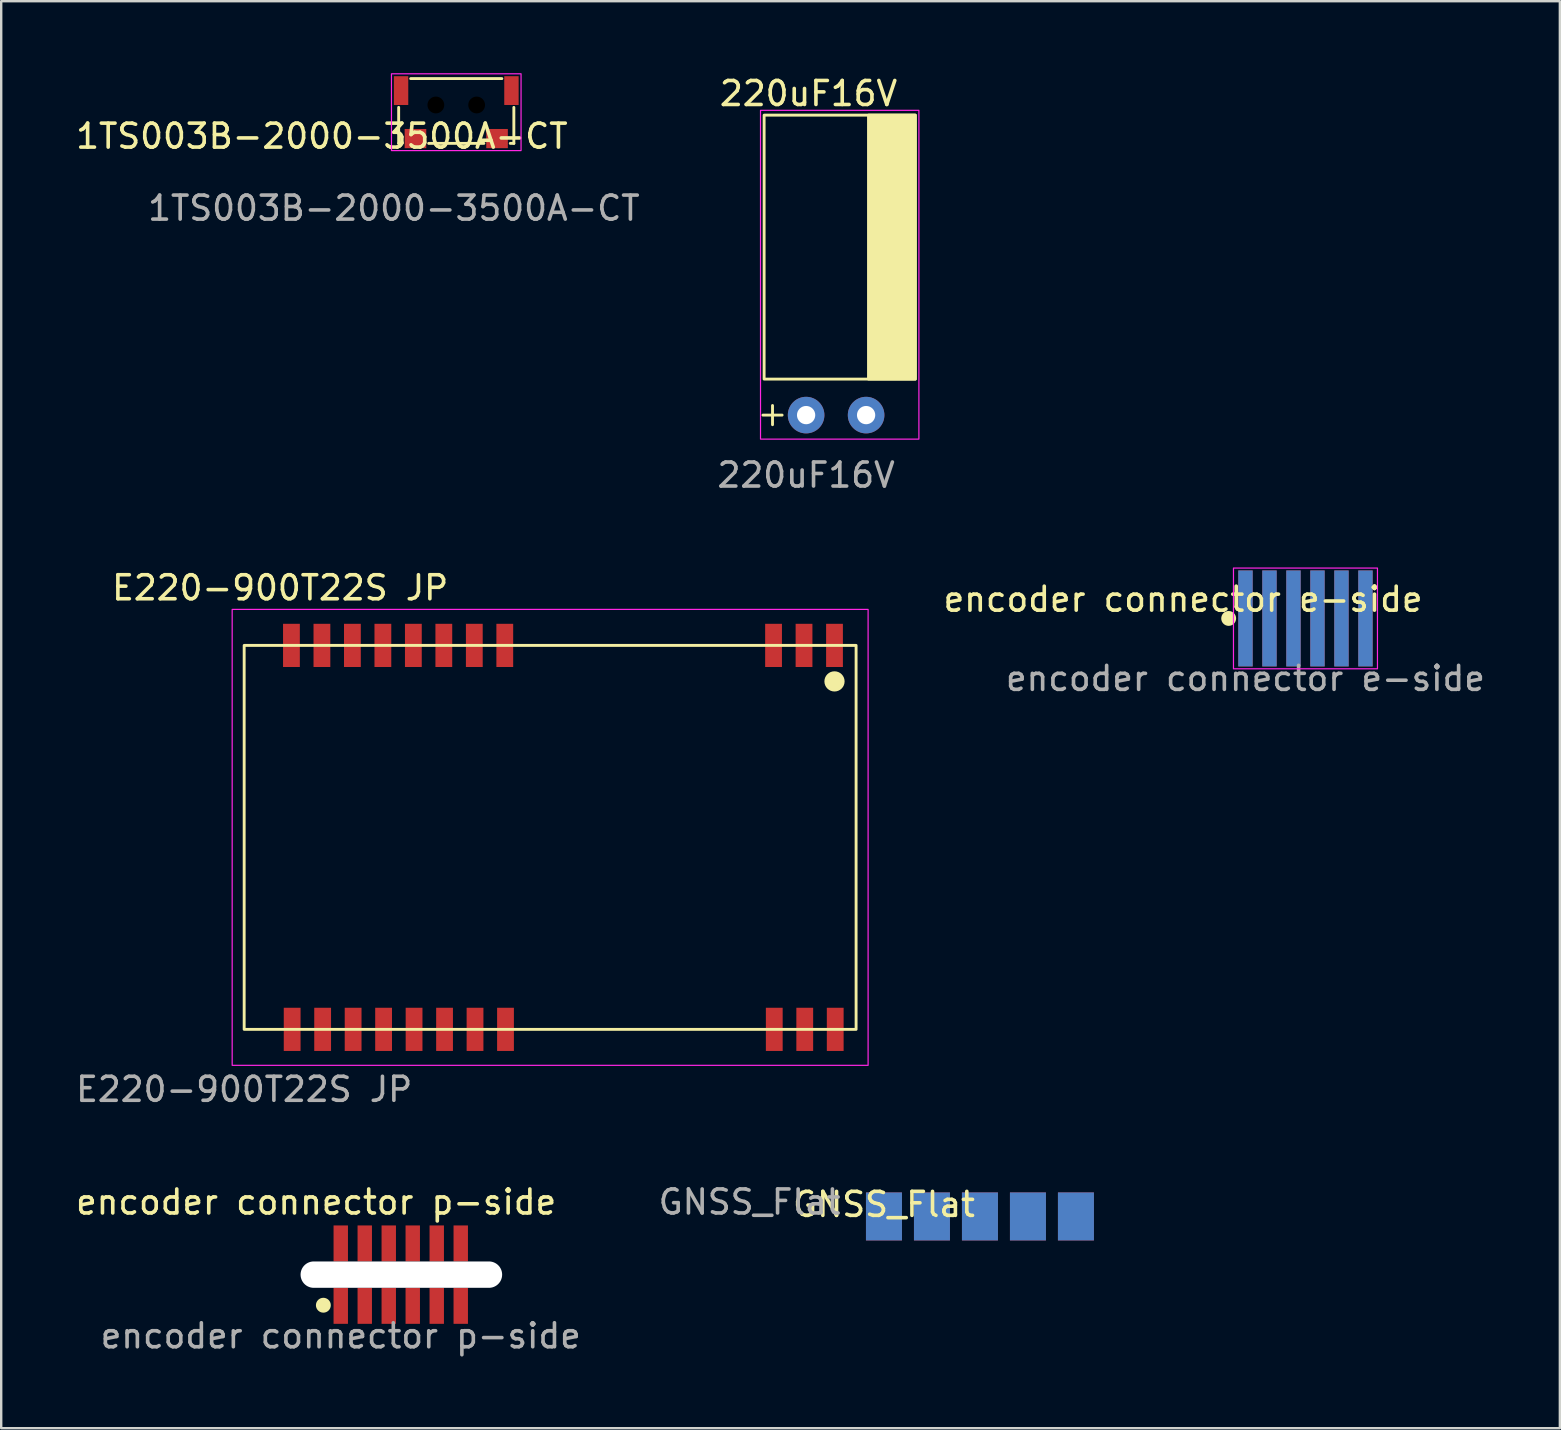
<source format=kicad_pcb>
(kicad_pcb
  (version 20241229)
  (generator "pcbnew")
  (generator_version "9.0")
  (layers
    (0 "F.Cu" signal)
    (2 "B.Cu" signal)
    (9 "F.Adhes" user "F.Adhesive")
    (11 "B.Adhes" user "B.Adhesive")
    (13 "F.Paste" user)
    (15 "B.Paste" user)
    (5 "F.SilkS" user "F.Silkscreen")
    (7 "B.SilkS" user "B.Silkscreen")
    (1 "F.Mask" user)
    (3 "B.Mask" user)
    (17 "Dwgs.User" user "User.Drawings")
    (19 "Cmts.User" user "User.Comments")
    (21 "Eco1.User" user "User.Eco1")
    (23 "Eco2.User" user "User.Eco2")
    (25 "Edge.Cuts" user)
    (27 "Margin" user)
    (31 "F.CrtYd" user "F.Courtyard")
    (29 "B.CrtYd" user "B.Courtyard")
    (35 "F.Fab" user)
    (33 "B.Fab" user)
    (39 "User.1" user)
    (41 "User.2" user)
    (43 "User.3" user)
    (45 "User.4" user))
  (footprint "E220-900T22S JP"
    (layer "F.Cu")
    (at 7.125 39.845)
    (property "Reference" "E220-900T22S JP" (at 1.5 -18.4 0) (unlocked yes) (layer "F.SilkS") (effects (font (size 1 1) (thickness 0.15))))
    (attr smd)
    (fp_rect (start 0 0) (end 25.5 -16) (stroke (width 0.12) (type solid)) (fill no) (layer "F.SilkS"))
    (fp_circle (center 24.6 -14.5) (end 24.961 -14.5) (stroke (width 0.12) (type solid)) (fill yes) (layer "F.SilkS"))
    (fp_rect (start -0.5 1.5) (end 26 -17.5) (stroke (width 0.05) (type solid)) (fill no) (layer "F.CrtYd"))
    (fp_text user "${REFERENCE}" (at 0 2.5 0) (unlocked yes) (layer "F.Fab") (effects (font (size 1 1) (thickness 0.15))))
    (pad "1" smd rect (at 24.6 -16) (size 0.7 1.8) (layers "F.Cu" "F.Mask" "F.Paste"))
    (pad "2" smd rect (at 23.33 -16) (size 0.7 1.8) (layers "F.Cu" "F.Mask" "F.Paste"))
    (pad "3" smd rect (at 22.06 -16) (size 0.7 1.8) (layers "F.Cu" "F.Mask" "F.Paste"))
    (pad "4" smd rect (at 10.86 -16) (size 0.7 1.8) (layers "F.Cu" "F.Mask" "F.Paste"))
    (pad "5" smd rect (at 9.59 -16) (size 0.7 1.8) (layers "F.Cu" "F.Mask" "F.Paste"))
    (pad "6" smd rect (at 8.32 -16) (size 0.7 1.8) (layers "F.Cu" "F.Mask" "F.Paste"))
    (pad "7" smd rect (at 7.05 -16) (size 0.7 1.8) (layers "F.Cu" "F.Mask" "F.Paste"))
    (pad "8" smd rect (at 5.78 -16) (size 0.7 1.8) (layers "F.Cu" "F.Mask" "F.Paste"))
    (pad "9" smd rect (at 4.51 -16) (size 0.7 1.8) (layers "F.Cu" "F.Mask" "F.Paste"))
    (pad "10" smd rect (at 3.24 -16) (size 0.7 1.8) (layers "F.Cu" "F.Mask" "F.Paste"))
    (pad "11" smd rect (at 1.97 -16) (size 0.7 1.8) (layers "F.Cu" "F.Mask" "F.Paste"))
    (pad "12" smd rect (at 2 0) (size 0.7 1.8) (layers "F.Cu" "F.Mask" "F.Paste"))
    (pad "13" smd rect (at 3.27 0) (size 0.7 1.8) (layers "F.Cu" "F.Mask" "F.Paste"))
    (pad "14" smd rect (at 4.54 0) (size 0.7 1.8) (layers "F.Cu" "F.Mask" "F.Paste"))
    (pad "15" smd rect (at 5.81 0) (size 0.7 1.8) (layers "F.Cu" "F.Mask" "F.Paste"))
    (pad "16" smd rect (at 7.08 0) (size 0.7 1.8) (layers "F.Cu" "F.Mask" "F.Paste"))
    (pad "17" smd rect (at 8.35 0) (size 0.7 1.8) (layers "F.Cu" "F.Mask" "F.Paste"))
    (pad "18" smd rect (at 9.62 0) (size 0.7 1.8) (layers "F.Cu" "F.Mask" "F.Paste"))
    (pad "19" smd rect (at 10.89 0) (size 0.7 1.8) (layers "F.Cu" "F.Mask" "F.Paste"))
    (pad "20" smd rect (at 22.09 0) (size 0.7 1.8) (layers "F.Cu" "F.Mask" "F.Paste"))
    (pad "21" smd rect (at 23.36 0) (size 0.7 1.8) (layers "F.Cu" "F.Mask" "F.Paste"))
    (pad "22" smd rect (at 24.63 0) (size 0.7 1.8) (layers "F.Cu" "F.Mask" "F.Paste")))
  (footprint "1TS003B-2000-3500A-CT"
    (layer "F.Cu")
    (at 13.363 3.125)
    (property "Reference" "1TS003B-2000-3500A-CT" (at -3 -0.5 0) (unlocked yes) (layer "F.SilkS") (effects (font (size 1 1) (thickness 0.15))))
    (attr smd)
    (fp_line (start 0.2 -1.7) (end 0.2 -0.2) (stroke (width 0.12) (type solid)) (layer "F.SilkS"))
    (fp_line (start 0.2 -0.2) (end 0.35 -0.2) (stroke (width 0.12) (type solid)) (layer "F.SilkS"))
    (fp_line (start 0.7 -2.9) (end 4.5 -2.9) (stroke (width 0.12) (type solid)) (layer "F.SilkS"))
    (fp_line (start 1.45 -0.2) (end 3.75 -0.2) (stroke (width 0.12) (type solid)) (layer "F.SilkS"))
    (fp_line (start 4.85 -0.2) (end 5 -0.2) (stroke (width 0.12) (type solid)) (layer "F.SilkS"))
    (fp_line (start 5 -0.2) (end 5 -1.7) (stroke (width 0.12) (type solid)) (layer "F.SilkS"))
    (fp_rect (start -0.1 0.1) (end 5.3 -3.1) (stroke (width 0.05) (type solid)) (fill no) (layer "F.CrtYd"))
    (fp_text user "${REFERENCE}" (at 0 2.5 0) (unlocked yes) (layer "F.Fab") (effects (font (size 1 1) (thickness 0.15))))
    (pad "" np_thru_hole circle (at 1.75 -1.8) (size 0.7 0.7) (drill 0.7) (layers "*.Mask"))
    (pad "" np_thru_hole circle (at 3.45 -1.8) (size 0.7 0.7) (drill 0.7) (layers "*.Mask"))
    (pad "1" smd rect (at 0.9 -0.4) (size 0.9 0.8) (layers "F.Cu" "F.Mask" "F.Paste"))
    (pad "2" smd rect (at 4.3 -0.4) (size 0.9 0.8) (layers "F.Cu" "F.Mask" "F.Paste"))
    (pad "GND" smd rect (at 0.3 -2.4) (size 0.6 1.2) (layers "F.Cu" "F.Mask" "F.Paste"))
    (pad "GND" smd rect (at 4.9 -2.4) (size 0.6 1.2) (layers "F.Cu" "F.Mask" "F.Paste")))
  (footprint "encoder connector e-side"
    (layer "F.Cu")
    (at 48.851 22.721)
    (property "Reference" "encoder connector e-side" (at -2.6 -0.8 0) (unlocked yes) (layer "F.SilkS") (effects (font (size 1 1) (thickness 0.15))))
    (attr smd)
    (fp_circle (center -0.7 0) (end -0.45 0) (stroke (width 0.12) (type solid)) (fill yes) (layer "F.SilkS"))
    (fp_rect (start -0.5 -2.1) (end 5.5 2.1) (stroke (width 0.05) (type solid)) (fill no) (layer "F.CrtYd"))
    (fp_text user "${REFERENCE}" (at 0 2.5 0) (unlocked yes) (layer "F.Fab") (effects (font (size 1 1) (thickness 0.15))))
    (pad "1" smd rect (at 0 0) (size 0.6 4) (layers "F.Cu" "F.Mask" "F.Paste"))
    (pad "1" smd rect (at 0 0) (size 0.6 4) (layers "F.Mask" "B.Cu" "F.Paste"))
    (pad "2" smd rect (at 1 0) (size 0.6 4) (layers "F.Cu" "F.Mask" "F.Paste"))
    (pad "2" smd rect (at 1 0) (size 0.6 4) (layers "F.Mask" "B.Cu" "F.Paste"))
    (pad "3" smd rect (at 2 0) (size 0.6 4) (layers "F.Cu" "F.Mask" "F.Paste"))
    (pad "3" smd rect (at 2 0) (size 0.6 4) (layers "F.Mask" "B.Cu" "F.Paste"))
    (pad "4" smd rect (at 3 0) (size 0.6 4) (layers "F.Cu" "F.Mask" "F.Paste"))
    (pad "4" smd rect (at 3 0) (size 0.6 4) (layers "F.Mask" "B.Cu" "F.Paste"))
    (pad "5" smd rect (at 4 0) (size 0.6 4) (layers "F.Cu" "F.Mask" "F.Paste"))
    (pad "5" smd rect (at 4 0) (size 0.6 4) (layers "F.Mask" "B.Cu" "F.Paste"))
    (pad "6" smd rect (at 5 0) (size 0.6 4) (layers "F.Cu" "F.Mask" "F.Paste"))
    (pad "6" smd rect (at 5 0) (size 0.6 4) (layers "F.Mask" "B.Cu" "F.Paste")))
  (footprint "GNSS_Flat"
    (layer "F.Cu")
    (at 33.786 47.641)
    (property "Reference" "GNSS_Flat" (at 0 -0.5 0) (unlocked yes) (layer "F.SilkS") (effects (font (size 1 1) (thickness 0.15))))
    (attr smd)
    (fp_text user "${REFERENCE}" (at -5.6 -0.6 0) (unlocked yes) (layer "F.Fab") (effects (font (size 1 1) (thickness 0.15))))
    (pad "1" smd rect (at 0 0) (size 1.5 2) (layers "F.Cu" "F.Mask" "F.Paste"))
    (pad "1" smd rect (at 0 0) (size 1.5 2) (layers "B.Cu" "B.Mask" "B.Paste"))
    (pad "2" smd rect (at 2 0) (size 1.5 2) (layers "F.Cu" "F.Mask" "F.Paste"))
    (pad "2" smd rect (at 2 0) (size 1.5 2) (layers "B.Cu" "B.Mask" "B.Paste"))
    (pad "3" smd rect (at 4 0) (size 1.5 2) (layers "F.Cu" "F.Mask" "F.Paste"))
    (pad "3" smd rect (at 4 0) (size 1.5 2) (layers "B.Cu" "B.Mask" "B.Paste"))
    (pad "4" smd rect (at 6 0) (size 1.5 2) (layers "F.Cu" "F.Mask" "F.Paste"))
    (pad "4" smd rect (at 6 0) (size 1.5 2) (layers "B.Cu" "B.Mask" "B.Paste"))
    (pad "5" smd rect (at 8 0) (size 1.5 2) (layers "F.Cu" "F.Mask" "F.Paste"))
    (pad "5" smd rect (at 8 0) (size 1.5 2) (layers "B.Cu" "B.Mask" "B.Paste")))
  (footprint "encoder connector p-side"
    (layer "F.Cu")
    (at 11.15 50.116)
    (property "Reference" "encoder connector p-side" (at -1.025 -3.075 0) (unlocked yes) (layer "F.SilkS") (effects (font (size 1 1) (thickness 0.15))))
    (attr smd)
    (fp_circle (center -0.725 1.225) (end -0.475 1.225) (stroke (width 0.12) (type solid)) (fill yes) (layer "F.SilkS"))
    (fp_text user "${REFERENCE}" (at 0 2.5 0) (unlocked yes) (layer "F.Fab") (effects (font (size 1 1) (thickness 0.15))))
    (pad "" np_thru_hole oval (at 2.525 -0.05) (size 8.4 1.1) (drill oval 8.4 1.1) (layers "*.Cu" "*.Mask"))
    (pad "1" smd rect (at 0 -1.35) (size 0.6 1.5) (layers "F.Cu" "F.Mask" "F.Paste"))
    (pad "1" smd rect (at 0 1.25) (size 0.6 1.5) (layers "F.Cu" "F.Mask" "F.Paste"))
    (pad "2" smd rect (at 1 -1.35) (size 0.6 1.5) (layers "F.Cu" "F.Mask" "F.Paste"))
    (pad "2" smd rect (at 1 1.25) (size 0.6 1.5) (layers "F.Cu" "F.Mask" "F.Paste"))
    (pad "3" smd rect (at 2 -1.35) (size 0.6 1.5) (layers "F.Cu" "F.Mask" "F.Paste"))
    (pad "3" smd rect (at 2 1.25) (size 0.6 1.5) (layers "F.Cu" "F.Mask" "F.Paste"))
    (pad "4" smd rect (at 3 -1.35) (size 0.6 1.5) (layers "F.Cu" "F.Mask" "F.Paste"))
    (pad "4" smd rect (at 3 1.25) (size 0.6 1.5) (layers "F.Cu" "F.Mask" "F.Paste"))
    (pad "5" smd rect (at 4 -1.35) (size 0.6 1.5) (layers "F.Cu" "F.Mask" "F.Paste"))
    (pad "5" smd rect (at 4 1.25) (size 0.6 1.5) (layers "F.Cu" "F.Mask" "F.Paste"))
    (pad "6" smd rect (at 5 -1.35) (size 0.6 1.5) (layers "F.Cu" "F.Mask" "F.Paste"))
    (pad "6" smd rect (at 5 1.25) (size 0.6 1.5) (layers "F.Cu" "F.Mask" "F.Paste")))
  (footprint "220uF16V"
    (layer "F.Cu")
    (at 30.542 14.248)
    (property "Reference" "220uF16V" (at 0.1 -13.4 0) (unlocked yes) (layer "F.SilkS") (effects (font (size 1 1) (thickness 0.15))))
    (attr through_hole)
    (fp_line (start -1.4 0.4) (end -1.4 -0.4) (stroke (width 0.12) (type solid)) (layer "F.SilkS"))
    (fp_line (start -1 0) (end -1.8 0) (stroke (width 0.12) (type solid)) (layer "F.SilkS"))
    (fp_rect (start -1.75 -1.5) (end 4.55 -12.5) (stroke (width 0.12) (type solid)) (fill no) (layer "F.SilkS"))
    (fp_rect (start 2.6 -12.5) (end 4.55 -1.5) (stroke (width 0.12) (type solid)) (fill yes) (layer "F.SilkS"))
    (fp_rect (start 4.7 1) (end -1.9 -12.7) (stroke (width 0.05) (type solid)) (fill no) (layer "F.CrtYd"))
    (fp_text user "${REFERENCE}" (at 0 2.5 0) (unlocked yes) (layer "F.Fab") (effects (font (size 1 1) (thickness 0.15))))
    (pad "1" thru_hole circle (at 0 0) (size 1.524 1.524) (drill 0.762) (layers "*.Cu" "*.Mask"))
    (pad "2" thru_hole circle (at 2.5 0) (size 1.524 1.524) (drill 0.762) (layers "*.Cu" "*.Mask")))
  (gr_rect
    (start -3 -3)
    (end 61.952 56.465)
    (stroke (width 0.1) (type default))
    (fill no)
    (layer "Edge.Cuts")))
</source>
